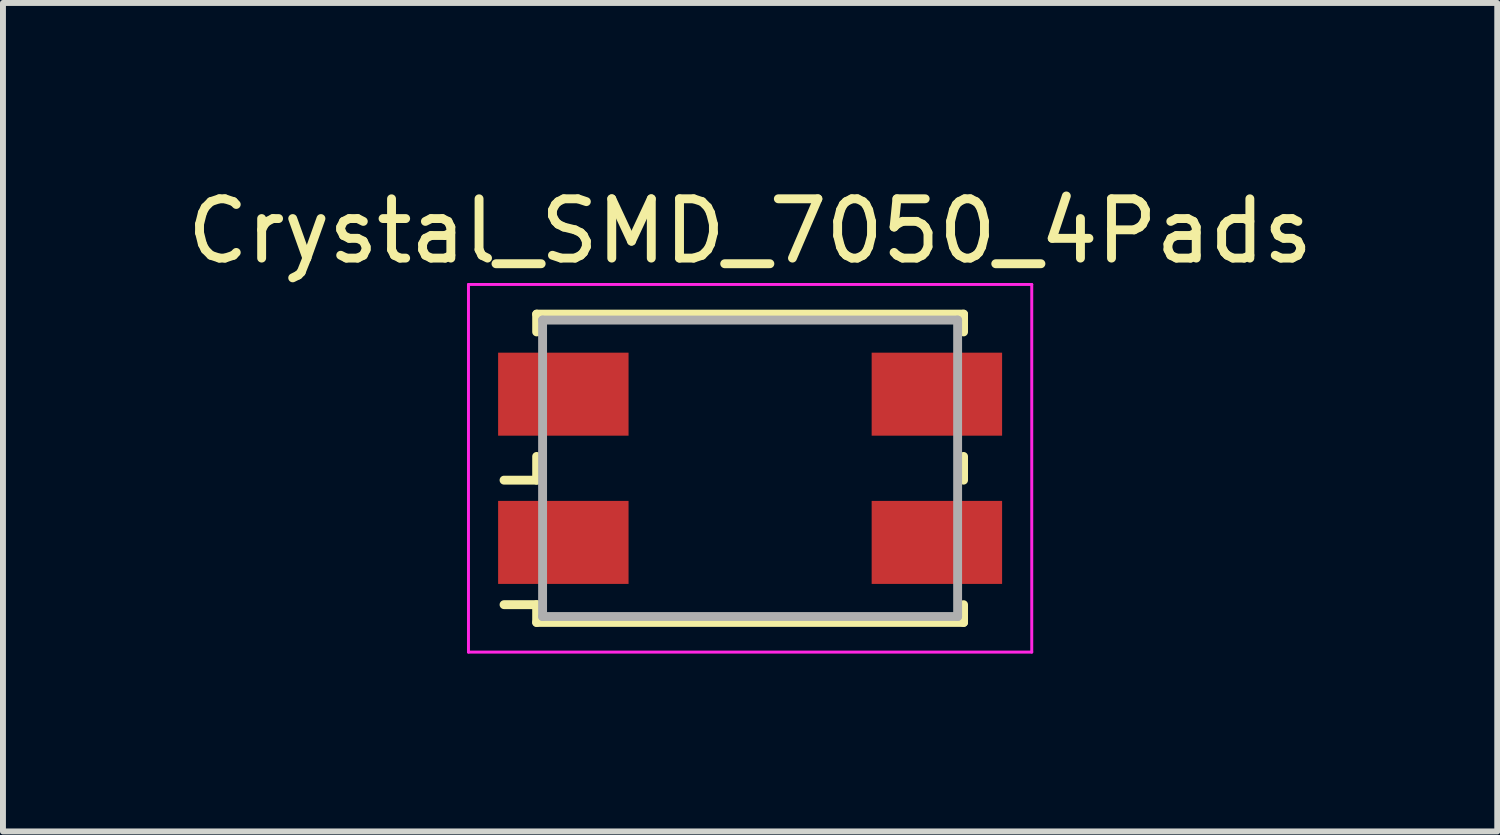
<source format=kicad_pcb>
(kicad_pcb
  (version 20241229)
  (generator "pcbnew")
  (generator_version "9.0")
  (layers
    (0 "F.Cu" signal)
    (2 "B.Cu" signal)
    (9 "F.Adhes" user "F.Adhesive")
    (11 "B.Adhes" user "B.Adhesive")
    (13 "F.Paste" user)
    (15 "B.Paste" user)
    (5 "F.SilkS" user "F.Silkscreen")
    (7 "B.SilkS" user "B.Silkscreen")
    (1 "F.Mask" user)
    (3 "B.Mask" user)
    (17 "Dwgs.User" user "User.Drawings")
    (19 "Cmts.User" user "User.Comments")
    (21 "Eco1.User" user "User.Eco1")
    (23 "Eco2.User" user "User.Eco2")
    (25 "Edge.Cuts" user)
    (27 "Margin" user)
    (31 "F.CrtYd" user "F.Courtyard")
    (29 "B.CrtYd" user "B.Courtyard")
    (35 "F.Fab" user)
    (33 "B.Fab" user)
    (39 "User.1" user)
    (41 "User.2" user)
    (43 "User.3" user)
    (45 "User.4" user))
  (footprint "Crystal_SMD_7050_4Pads"
    (layer "F.Cu")
    (at 9.601 4.848)
    (property "Reference" "Crystal_SMD_7050_4Pads" (at 0 -4 0) (layer "F.SilkS") (effects (font (size 1 1) (thickness 0.15))))
    (attr smd)
    (fp_line (start -3.6 -2.6) (end -3.6 -2.3) (stroke (width 0.15) (type solid)) (layer "F.SilkS"))
    (fp_line (start -3.6 -2.6) (end 3.6 -2.6) (stroke (width 0.15) (type solid)) (layer "F.SilkS"))
    (fp_line (start -3.6 0.2) (end -4.15 0.2) (stroke (width 0.15) (type solid)) (layer "F.SilkS"))
    (fp_line (start -3.6 0.2) (end -3.6 -0.2) (stroke (width 0.15) (type solid)) (layer "F.SilkS"))
    (fp_line (start -3.6 2.3) (end -4.15 2.3) (stroke (width 0.15) (type solid)) (layer "F.SilkS"))
    (fp_line (start -3.6 2.6) (end -3.6 2.3) (stroke (width 0.15) (type solid)) (layer "F.SilkS"))
    (fp_line (start -3.6 2.6) (end 3.6 2.6) (stroke (width 0.15) (type solid)) (layer "F.SilkS"))
    (fp_line (start 3.6 -2.6) (end 3.6 -2.3) (stroke (width 0.15) (type solid)) (layer "F.SilkS"))
    (fp_line (start 3.6 0.2) (end 3.6 -0.2) (stroke (width 0.15) (type solid)) (layer "F.SilkS"))
    (fp_line (start 3.6 2.6) (end 3.6 2.3) (stroke (width 0.15) (type solid)) (layer "F.SilkS"))
    (fp_line (start -4.75 -3.1) (end -4.75 3.1) (stroke (width 0.05) (type solid)) (layer "F.CrtYd"))
    (fp_line (start 4.75 -3.1) (end -4.75 -3.1) (stroke (width 0.05) (type solid)) (layer "F.CrtYd"))
    (fp_line (start 4.75 -3.1) (end 4.75 3.1) (stroke (width 0.05) (type solid)) (layer "F.CrtYd"))
    (fp_line (start 4.75 3.1) (end -4.75 3.1) (stroke (width 0.05) (type solid)) (layer "F.CrtYd"))
    (fp_line (start -3.5 -2.5) (end 3.5 -2.5) (stroke (width 0.15) (type solid)) (layer "F.Fab"))
    (fp_line (start -3.5 2.5) (end -3.5 -2.5) (stroke (width 0.15) (type solid)) (layer "F.Fab"))
    (fp_line (start 3.5 -2.5) (end 3.5 2.5) (stroke (width 0.15) (type solid)) (layer "F.Fab"))
    (fp_line (start 3.5 2.5) (end -3.5 2.5) (stroke (width 0.15) (type solid)) (layer "F.Fab"))
    (pad "1" smd rect (at -3.15 1.25) (size 2.2 1.4) (layers "F.Cu" "F.Mask" "F.Paste"))
    (pad "2" smd rect (at 3.15 1.25) (size 2.2 1.4) (layers "F.Cu" "F.Mask" "F.Paste"))
    (pad "3" smd rect (at 3.15 -1.25) (size 2.2 1.4) (layers "F.Cu" "F.Mask" "F.Paste"))
    (pad "4" smd rect (at -3.15 -1.25) (size 2.2 1.4) (layers "F.Cu" "F.Mask" "F.Paste")))
  (gr_rect
    (start -3 -3)
    (end 22.202 10.973)
    (stroke (width 0.1) (type default))
    (fill no)
    (layer "Edge.Cuts")))
</source>
